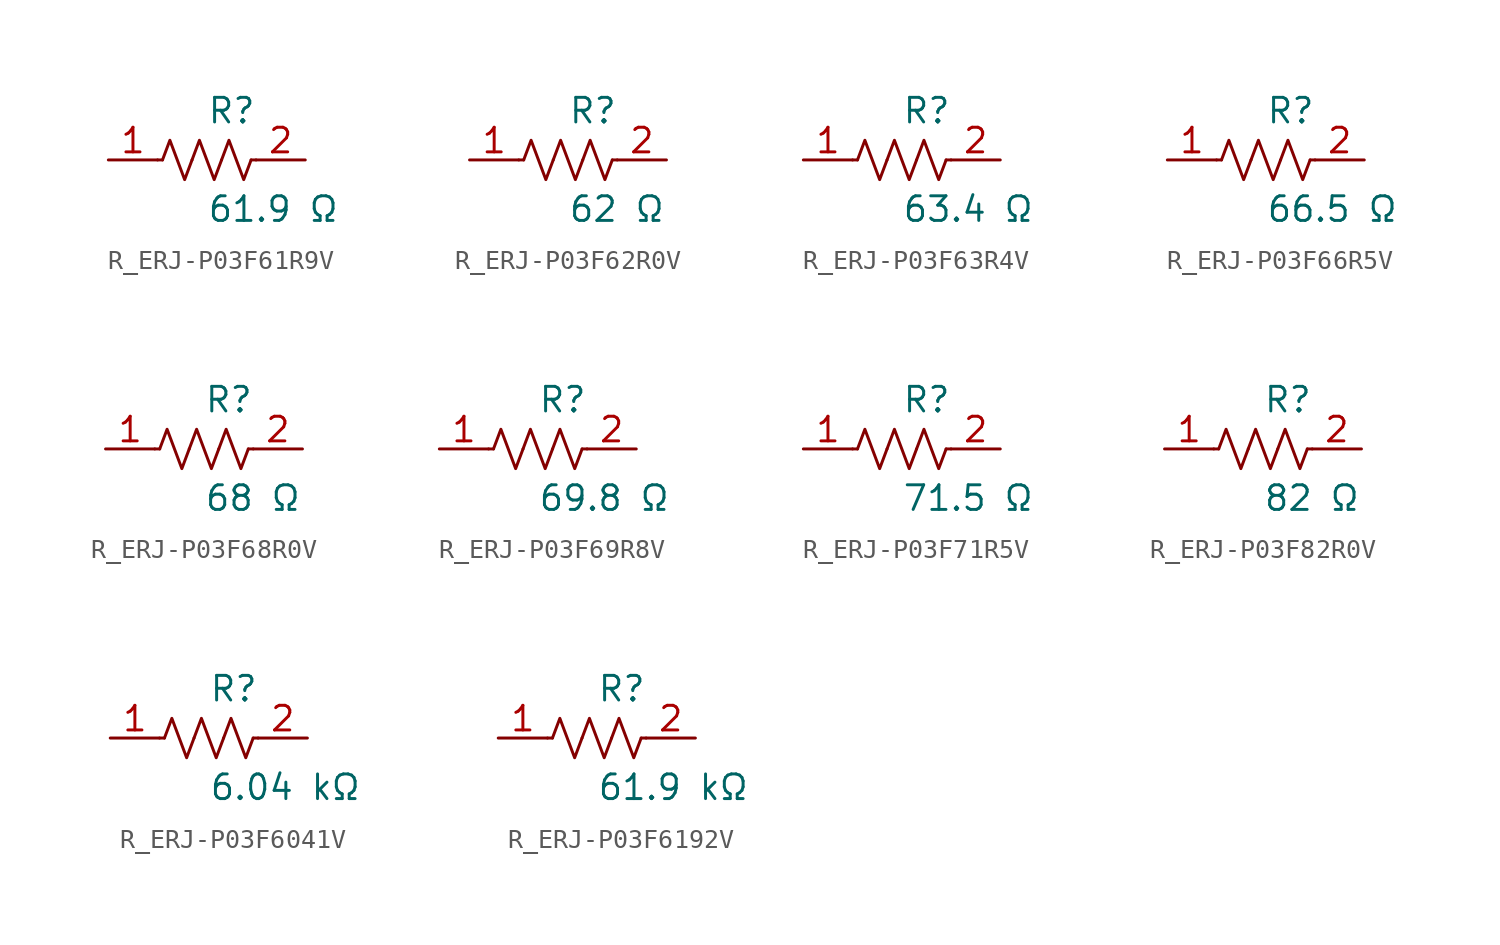
<source format=kicad_sym>
(kicad_symbol_lib
  (version 20231120)
  (generator kicad_symbol_editor)
  (generator_version 8.0)
  (symbol "R_ERJ-P03F61R9V"
    (pin_names
      (offset 0.254))
    (property "Reference" "R"
      (at 0.0 2.54 0)
      (effects (font (size 1.27 1.27)) (justify left)))
    (property "Value" "61.9 Ω"
      (at 0.0 -2.54 0)
      (effects (font (size 1.27 1.27)) (justify left)))
    (symbol "R_ERJ-P03F61R9V_0_1"
      (polyline (pts (xy 2.286 0) (xy 2.54 0)) (stroke (width 0) (type default)) (fill (type none)))
      (polyline (pts (xy -2.286 0) (xy -2.54 0)) (stroke (width 0) (type default)) (fill (type none)))
      (polyline (pts (xy 0.762 0) (xy 1.143 1.016) (xy 1.524 0) (xy 1.905 -1.016) (xy 2.286 0)) (stroke (width 0) (type default)) (fill (type none)))
      (polyline (pts (xy -0.762 0) (xy -0.381 1.016) (xy 0 0) (xy 0.381 -1.016) (xy 0.762 0)) (stroke (width 0) (type default)) (fill (type none)))
      (polyline (pts (xy -2.286 0) (xy -1.905 1.016) (xy -1.524 0) (xy -1.143 -1.016) (xy -0.762 0)) (stroke (width 0) (type default)) (fill (type none))))
    (pin unspecified line
      (at -5.08 0 0)
      (length 2.54)
      (name "" (effects (font (size 1.27 1.27))))
      (number "1" (effects (font (size 1.27 1.27)))))
    (pin unspecified line
      (at 5.08 0 180)
      (length 2.54)
      (name "" (effects (font (size 1.27 1.27))))
      (number "2" (effects (font (size 1.27 1.27))))))
  (symbol "R_ERJ-P03F62R0V"
    (pin_names
      (offset 0.254))
    (property "Reference" "R"
      (at 0.0 2.54 0)
      (effects (font (size 1.27 1.27)) (justify left)))
    (property "Value" "62 Ω"
      (at 0.0 -2.54 0)
      (effects (font (size 1.27 1.27)) (justify left)))
    (symbol "R_ERJ-P03F62R0V_0_1"
      (polyline (pts (xy 2.286 0) (xy 2.54 0)) (stroke (width 0) (type default)) (fill (type none)))
      (polyline (pts (xy -2.286 0) (xy -2.54 0)) (stroke (width 0) (type default)) (fill (type none)))
      (polyline (pts (xy 0.762 0) (xy 1.143 1.016) (xy 1.524 0) (xy 1.905 -1.016) (xy 2.286 0)) (stroke (width 0) (type default)) (fill (type none)))
      (polyline (pts (xy -0.762 0) (xy -0.381 1.016) (xy 0 0) (xy 0.381 -1.016) (xy 0.762 0)) (stroke (width 0) (type default)) (fill (type none)))
      (polyline (pts (xy -2.286 0) (xy -1.905 1.016) (xy -1.524 0) (xy -1.143 -1.016) (xy -0.762 0)) (stroke (width 0) (type default)) (fill (type none))))
    (pin unspecified line
      (at -5.08 0 0)
      (length 2.54)
      (name "" (effects (font (size 1.27 1.27))))
      (number "1" (effects (font (size 1.27 1.27)))))
    (pin unspecified line
      (at 5.08 0 180)
      (length 2.54)
      (name "" (effects (font (size 1.27 1.27))))
      (number "2" (effects (font (size 1.27 1.27))))))
  (symbol "R_ERJ-P03F63R4V"
    (pin_names
      (offset 0.254))
    (property "Reference" "R"
      (at 0.0 2.54 0)
      (effects (font (size 1.27 1.27)) (justify left)))
    (property "Value" "63.4 Ω"
      (at 0.0 -2.54 0)
      (effects (font (size 1.27 1.27)) (justify left)))
    (symbol "R_ERJ-P03F63R4V_0_1"
      (polyline (pts (xy 2.286 0) (xy 2.54 0)) (stroke (width 0) (type default)) (fill (type none)))
      (polyline (pts (xy -2.286 0) (xy -2.54 0)) (stroke (width 0) (type default)) (fill (type none)))
      (polyline (pts (xy 0.762 0) (xy 1.143 1.016) (xy 1.524 0) (xy 1.905 -1.016) (xy 2.286 0)) (stroke (width 0) (type default)) (fill (type none)))
      (polyline (pts (xy -0.762 0) (xy -0.381 1.016) (xy 0 0) (xy 0.381 -1.016) (xy 0.762 0)) (stroke (width 0) (type default)) (fill (type none)))
      (polyline (pts (xy -2.286 0) (xy -1.905 1.016) (xy -1.524 0) (xy -1.143 -1.016) (xy -0.762 0)) (stroke (width 0) (type default)) (fill (type none))))
    (pin unspecified line
      (at -5.08 0 0)
      (length 2.54)
      (name "" (effects (font (size 1.27 1.27))))
      (number "1" (effects (font (size 1.27 1.27)))))
    (pin unspecified line
      (at 5.08 0 180)
      (length 2.54)
      (name "" (effects (font (size 1.27 1.27))))
      (number "2" (effects (font (size 1.27 1.27))))))
  (symbol "R_ERJ-P03F66R5V"
    (pin_names
      (offset 0.254))
    (property "Reference" "R"
      (at 0.0 2.54 0)
      (effects (font (size 1.27 1.27)) (justify left)))
    (property "Value" "66.5 Ω"
      (at 0.0 -2.54 0)
      (effects (font (size 1.27 1.27)) (justify left)))
    (symbol "R_ERJ-P03F66R5V_0_1"
      (polyline (pts (xy 2.286 0) (xy 2.54 0)) (stroke (width 0) (type default)) (fill (type none)))
      (polyline (pts (xy -2.286 0) (xy -2.54 0)) (stroke (width 0) (type default)) (fill (type none)))
      (polyline (pts (xy 0.762 0) (xy 1.143 1.016) (xy 1.524 0) (xy 1.905 -1.016) (xy 2.286 0)) (stroke (width 0) (type default)) (fill (type none)))
      (polyline (pts (xy -0.762 0) (xy -0.381 1.016) (xy 0 0) (xy 0.381 -1.016) (xy 0.762 0)) (stroke (width 0) (type default)) (fill (type none)))
      (polyline (pts (xy -2.286 0) (xy -1.905 1.016) (xy -1.524 0) (xy -1.143 -1.016) (xy -0.762 0)) (stroke (width 0) (type default)) (fill (type none))))
    (pin unspecified line
      (at -5.08 0 0)
      (length 2.54)
      (name "" (effects (font (size 1.27 1.27))))
      (number "1" (effects (font (size 1.27 1.27)))))
    (pin unspecified line
      (at 5.08 0 180)
      (length 2.54)
      (name "" (effects (font (size 1.27 1.27))))
      (number "2" (effects (font (size 1.27 1.27))))))
  (symbol "R_ERJ-P03F68R0V"
    (pin_names
      (offset 0.254))
    (property "Reference" "R"
      (at 0.0 2.54 0)
      (effects (font (size 1.27 1.27)) (justify left)))
    (property "Value" "68 Ω"
      (at 0.0 -2.54 0)
      (effects (font (size 1.27 1.27)) (justify left)))
    (symbol "R_ERJ-P03F68R0V_0_1"
      (polyline (pts (xy 2.286 0) (xy 2.54 0)) (stroke (width 0) (type default)) (fill (type none)))
      (polyline (pts (xy -2.286 0) (xy -2.54 0)) (stroke (width 0) (type default)) (fill (type none)))
      (polyline (pts (xy 0.762 0) (xy 1.143 1.016) (xy 1.524 0) (xy 1.905 -1.016) (xy 2.286 0)) (stroke (width 0) (type default)) (fill (type none)))
      (polyline (pts (xy -0.762 0) (xy -0.381 1.016) (xy 0 0) (xy 0.381 -1.016) (xy 0.762 0)) (stroke (width 0) (type default)) (fill (type none)))
      (polyline (pts (xy -2.286 0) (xy -1.905 1.016) (xy -1.524 0) (xy -1.143 -1.016) (xy -0.762 0)) (stroke (width 0) (type default)) (fill (type none))))
    (pin unspecified line
      (at -5.08 0 0)
      (length 2.54)
      (name "" (effects (font (size 1.27 1.27))))
      (number "1" (effects (font (size 1.27 1.27)))))
    (pin unspecified line
      (at 5.08 0 180)
      (length 2.54)
      (name "" (effects (font (size 1.27 1.27))))
      (number "2" (effects (font (size 1.27 1.27))))))
  (symbol "R_ERJ-P03F69R8V"
    (pin_names
      (offset 0.254))
    (property "Reference" "R"
      (at 0.0 2.54 0)
      (effects (font (size 1.27 1.27)) (justify left)))
    (property "Value" "69.8 Ω"
      (at 0.0 -2.54 0)
      (effects (font (size 1.27 1.27)) (justify left)))
    (symbol "R_ERJ-P03F69R8V_0_1"
      (polyline (pts (xy 2.286 0) (xy 2.54 0)) (stroke (width 0) (type default)) (fill (type none)))
      (polyline (pts (xy -2.286 0) (xy -2.54 0)) (stroke (width 0) (type default)) (fill (type none)))
      (polyline (pts (xy 0.762 0) (xy 1.143 1.016) (xy 1.524 0) (xy 1.905 -1.016) (xy 2.286 0)) (stroke (width 0) (type default)) (fill (type none)))
      (polyline (pts (xy -0.762 0) (xy -0.381 1.016) (xy 0 0) (xy 0.381 -1.016) (xy 0.762 0)) (stroke (width 0) (type default)) (fill (type none)))
      (polyline (pts (xy -2.286 0) (xy -1.905 1.016) (xy -1.524 0) (xy -1.143 -1.016) (xy -0.762 0)) (stroke (width 0) (type default)) (fill (type none))))
    (pin unspecified line
      (at -5.08 0 0)
      (length 2.54)
      (name "" (effects (font (size 1.27 1.27))))
      (number "1" (effects (font (size 1.27 1.27)))))
    (pin unspecified line
      (at 5.08 0 180)
      (length 2.54)
      (name "" (effects (font (size 1.27 1.27))))
      (number "2" (effects (font (size 1.27 1.27))))))
  (symbol "R_ERJ-P03F71R5V"
    (pin_names
      (offset 0.254))
    (property "Reference" "R"
      (at 0.0 2.54 0)
      (effects (font (size 1.27 1.27)) (justify left)))
    (property "Value" "71.5 Ω"
      (at 0.0 -2.54 0)
      (effects (font (size 1.27 1.27)) (justify left)))
    (symbol "R_ERJ-P03F71R5V_0_1"
      (polyline (pts (xy 2.286 0) (xy 2.54 0)) (stroke (width 0) (type default)) (fill (type none)))
      (polyline (pts (xy -2.286 0) (xy -2.54 0)) (stroke (width 0) (type default)) (fill (type none)))
      (polyline (pts (xy 0.762 0) (xy 1.143 1.016) (xy 1.524 0) (xy 1.905 -1.016) (xy 2.286 0)) (stroke (width 0) (type default)) (fill (type none)))
      (polyline (pts (xy -0.762 0) (xy -0.381 1.016) (xy 0 0) (xy 0.381 -1.016) (xy 0.762 0)) (stroke (width 0) (type default)) (fill (type none)))
      (polyline (pts (xy -2.286 0) (xy -1.905 1.016) (xy -1.524 0) (xy -1.143 -1.016) (xy -0.762 0)) (stroke (width 0) (type default)) (fill (type none))))
    (pin unspecified line
      (at -5.08 0 0)
      (length 2.54)
      (name "" (effects (font (size 1.27 1.27))))
      (number "1" (effects (font (size 1.27 1.27)))))
    (pin unspecified line
      (at 5.08 0 180)
      (length 2.54)
      (name "" (effects (font (size 1.27 1.27))))
      (number "2" (effects (font (size 1.27 1.27))))))
  (symbol "R_ERJ-P03F82R0V"
    (pin_names
      (offset 0.254))
    (property "Reference" "R"
      (at 0.0 2.54 0)
      (effects (font (size 1.27 1.27)) (justify left)))
    (property "Value" "82 Ω"
      (at 0.0 -2.54 0)
      (effects (font (size 1.27 1.27)) (justify left)))
    (symbol "R_ERJ-P03F82R0V_0_1"
      (polyline (pts (xy 2.286 0) (xy 2.54 0)) (stroke (width 0) (type default)) (fill (type none)))
      (polyline (pts (xy -2.286 0) (xy -2.54 0)) (stroke (width 0) (type default)) (fill (type none)))
      (polyline (pts (xy 0.762 0) (xy 1.143 1.016) (xy 1.524 0) (xy 1.905 -1.016) (xy 2.286 0)) (stroke (width 0) (type default)) (fill (type none)))
      (polyline (pts (xy -0.762 0) (xy -0.381 1.016) (xy 0 0) (xy 0.381 -1.016) (xy 0.762 0)) (stroke (width 0) (type default)) (fill (type none)))
      (polyline (pts (xy -2.286 0) (xy -1.905 1.016) (xy -1.524 0) (xy -1.143 -1.016) (xy -0.762 0)) (stroke (width 0) (type default)) (fill (type none))))
    (pin unspecified line
      (at -5.08 0 0)
      (length 2.54)
      (name "" (effects (font (size 1.27 1.27))))
      (number "1" (effects (font (size 1.27 1.27)))))
    (pin unspecified line
      (at 5.08 0 180)
      (length 2.54)
      (name "" (effects (font (size 1.27 1.27))))
      (number "2" (effects (font (size 1.27 1.27))))))
  (symbol "R_ERJ-P03F6041V"
    (pin_names
      (offset 0.254))
    (property "Reference" "R"
      (at 0.0 2.54 0)
      (effects (font (size 1.27 1.27)) (justify left)))
    (property "Value" "6.04 kΩ"
      (at 0.0 -2.54 0)
      (effects (font (size 1.27 1.27)) (justify left)))
    (symbol "R_ERJ-P03F6041V_0_1"
      (polyline (pts (xy 2.286 0) (xy 2.54 0)) (stroke (width 0) (type default)) (fill (type none)))
      (polyline (pts (xy -2.286 0) (xy -2.54 0)) (stroke (width 0) (type default)) (fill (type none)))
      (polyline (pts (xy 0.762 0) (xy 1.143 1.016) (xy 1.524 0) (xy 1.905 -1.016) (xy 2.286 0)) (stroke (width 0) (type default)) (fill (type none)))
      (polyline (pts (xy -0.762 0) (xy -0.381 1.016) (xy 0 0) (xy 0.381 -1.016) (xy 0.762 0)) (stroke (width 0) (type default)) (fill (type none)))
      (polyline (pts (xy -2.286 0) (xy -1.905 1.016) (xy -1.524 0) (xy -1.143 -1.016) (xy -0.762 0)) (stroke (width 0) (type default)) (fill (type none))))
    (pin unspecified line
      (at -5.08 0 0)
      (length 2.54)
      (name "" (effects (font (size 1.27 1.27))))
      (number "1" (effects (font (size 1.27 1.27)))))
    (pin unspecified line
      (at 5.08 0 180)
      (length 2.54)
      (name "" (effects (font (size 1.27 1.27))))
      (number "2" (effects (font (size 1.27 1.27))))))
  (symbol "R_ERJ-P03F6192V"
    (pin_names
      (offset 0.254))
    (property "Reference" "R"
      (at 0.0 2.54 0)
      (effects (font (size 1.27 1.27)) (justify left)))
    (property "Value" "61.9 kΩ"
      (at 0.0 -2.54 0)
      (effects (font (size 1.27 1.27)) (justify left)))
    (symbol "R_ERJ-P03F6192V_0_1"
      (polyline (pts (xy 2.286 0) (xy 2.54 0)) (stroke (width 0) (type default)) (fill (type none)))
      (polyline (pts (xy -2.286 0) (xy -2.54 0)) (stroke (width 0) (type default)) (fill (type none)))
      (polyline (pts (xy 0.762 0) (xy 1.143 1.016) (xy 1.524 0) (xy 1.905 -1.016) (xy 2.286 0)) (stroke (width 0) (type default)) (fill (type none)))
      (polyline (pts (xy -0.762 0) (xy -0.381 1.016) (xy 0 0) (xy 0.381 -1.016) (xy 0.762 0)) (stroke (width 0) (type default)) (fill (type none)))
      (polyline (pts (xy -2.286 0) (xy -1.905 1.016) (xy -1.524 0) (xy -1.143 -1.016) (xy -0.762 0)) (stroke (width 0) (type default)) (fill (type none))))
    (pin unspecified line
      (at -5.08 0 0)
      (length 2.54)
      (name "" (effects (font (size 1.27 1.27))))
      (number "1" (effects (font (size 1.27 1.27)))))
    (pin unspecified line
      (at 5.08 0 180)
      (length 2.54)
      (name "" (effects (font (size 1.27 1.27))))
      (number "2" (effects (font (size 1.27 1.27)))))))
</source>
